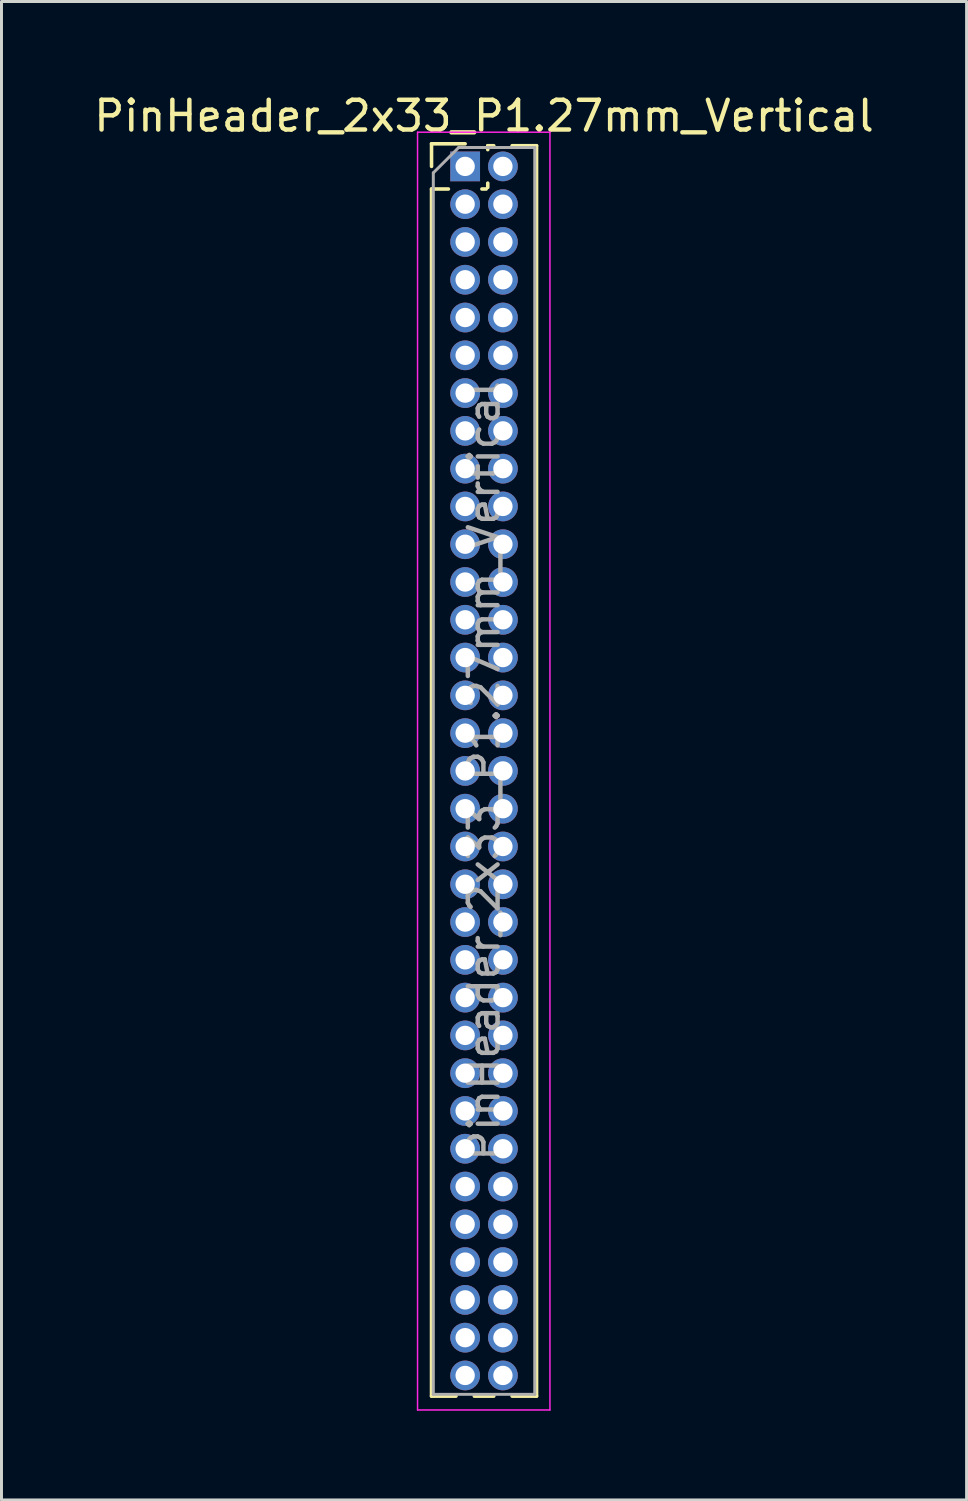
<source format=kicad_pcb>
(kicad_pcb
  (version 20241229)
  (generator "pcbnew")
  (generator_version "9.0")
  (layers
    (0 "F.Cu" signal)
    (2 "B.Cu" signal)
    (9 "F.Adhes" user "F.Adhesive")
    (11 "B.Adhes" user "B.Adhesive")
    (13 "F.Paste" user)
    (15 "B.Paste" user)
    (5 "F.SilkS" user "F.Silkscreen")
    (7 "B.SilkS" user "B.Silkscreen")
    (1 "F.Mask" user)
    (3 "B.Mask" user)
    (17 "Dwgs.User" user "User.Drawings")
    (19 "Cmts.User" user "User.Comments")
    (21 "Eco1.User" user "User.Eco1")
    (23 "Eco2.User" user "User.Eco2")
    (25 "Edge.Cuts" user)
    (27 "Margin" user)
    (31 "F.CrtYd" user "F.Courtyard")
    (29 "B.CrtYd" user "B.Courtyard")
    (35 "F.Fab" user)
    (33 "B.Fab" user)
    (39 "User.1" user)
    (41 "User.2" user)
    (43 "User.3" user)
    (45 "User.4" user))
  (footprint "PinHeader_2x33_P1.27mm_Vertical"
    (layer "F.Cu")
    (at 12.585 2.543)
    (property "Reference" "PinHeader_2x33_P1.27mm_Vertical" (at 0.635 -1.695 0) (layer "F.SilkS") (effects (font (size 1 1) (thickness 0.15))))
    (attr through_hole)
    (fp_line (start -1.13 -0.76) (end 0 -0.76) (stroke (width 0.12) (type solid)) (layer "F.SilkS"))
    (fp_line (start -1.13 0) (end -1.13 -0.76) (stroke (width 0.12) (type solid)) (layer "F.SilkS"))
    (fp_line (start -1.13 0.76) (end -1.13 41.335) (stroke (width 0.12) (type solid)) (layer "F.SilkS"))
    (fp_line (start -1.13 0.76) (end -0.563 0.76) (stroke (width 0.12) (type solid)) (layer "F.SilkS"))
    (fp_line (start -1.13 41.335) (end -0.308 41.335) (stroke (width 0.12) (type solid)) (layer "F.SilkS"))
    (fp_line (start 0.308 41.335) (end 0.962 41.335) (stroke (width 0.12) (type solid)) (layer "F.SilkS"))
    (fp_line (start 0.563 0.76) (end 0.707 0.76) (stroke (width 0.12) (type solid)) (layer "F.SilkS"))
    (fp_line (start 0.76 -0.695) (end 0.962 -0.695) (stroke (width 0.12) (type solid)) (layer "F.SilkS"))
    (fp_line (start 0.76 -0.563) (end 0.76 -0.695) (stroke (width 0.12) (type solid)) (layer "F.SilkS"))
    (fp_line (start 0.76 0.707) (end 0.76 0.563) (stroke (width 0.12) (type solid)) (layer "F.SilkS"))
    (fp_line (start 1.578 -0.695) (end 2.4 -0.695) (stroke (width 0.12) (type solid)) (layer "F.SilkS"))
    (fp_line (start 1.578 41.335) (end 2.4 41.335) (stroke (width 0.12) (type solid)) (layer "F.SilkS"))
    (fp_line (start 2.4 -0.695) (end 2.4 41.335) (stroke (width 0.12) (type solid)) (layer "F.SilkS"))
    (fp_line (start -1.6 -1.15) (end -1.6 41.8) (stroke (width 0.05) (type solid)) (layer "F.CrtYd"))
    (fp_line (start -1.6 41.8) (end 2.85 41.8) (stroke (width 0.05) (type solid)) (layer "F.CrtYd"))
    (fp_line (start 2.85 -1.15) (end -1.6 -1.15) (stroke (width 0.05) (type solid)) (layer "F.CrtYd"))
    (fp_line (start 2.85 41.8) (end 2.85 -1.15) (stroke (width 0.05) (type solid)) (layer "F.CrtYd"))
    (fp_line (start -1.07 0.217) (end -0.217 -0.635) (stroke (width 0.1) (type solid)) (layer "F.Fab"))
    (fp_line (start -1.07 41.275) (end -1.07 0.217) (stroke (width 0.1) (type solid)) (layer "F.Fab"))
    (fp_line (start -0.217 -0.635) (end 2.34 -0.635) (stroke (width 0.1) (type solid)) (layer "F.Fab"))
    (fp_line (start 2.34 -0.635) (end 2.34 41.275) (stroke (width 0.1) (type solid)) (layer "F.Fab"))
    (fp_line (start 2.34 41.275) (end -1.07 41.275) (stroke (width 0.1) (type solid)) (layer "F.Fab"))
    (fp_text user "${REFERENCE}" (at 0.635 20.32 90) (layer "F.Fab") (effects (font (size 1 1) (thickness 0.15))))
    (pad "1" thru_hole rect (at 0 0) (size 1 1) (drill 0.65) (layers "*.Cu" "*.Mask"))
    (pad "2" thru_hole oval (at 1.27 0) (size 1 1) (drill 0.65) (layers "*.Cu" "*.Mask"))
    (pad "3" thru_hole oval (at 0 1.27) (size 1 1) (drill 0.65) (layers "*.Cu" "*.Mask"))
    (pad "4" thru_hole oval (at 1.27 1.27) (size 1 1) (drill 0.65) (layers "*.Cu" "*.Mask"))
    (pad "5" thru_hole oval (at 0 2.54) (size 1 1) (drill 0.65) (layers "*.Cu" "*.Mask"))
    (pad "6" thru_hole oval (at 1.27 2.54) (size 1 1) (drill 0.65) (layers "*.Cu" "*.Mask"))
    (pad "7" thru_hole oval (at 0 3.81) (size 1 1) (drill 0.65) (layers "*.Cu" "*.Mask"))
    (pad "8" thru_hole oval (at 1.27 3.81) (size 1 1) (drill 0.65) (layers "*.Cu" "*.Mask"))
    (pad "9" thru_hole oval (at 0 5.08) (size 1 1) (drill 0.65) (layers "*.Cu" "*.Mask"))
    (pad "10" thru_hole oval (at 1.27 5.08) (size 1 1) (drill 0.65) (layers "*.Cu" "*.Mask"))
    (pad "11" thru_hole oval (at 0 6.35) (size 1 1) (drill 0.65) (layers "*.Cu" "*.Mask"))
    (pad "12" thru_hole oval (at 1.27 6.35) (size 1 1) (drill 0.65) (layers "*.Cu" "*.Mask"))
    (pad "13" thru_hole oval (at 0 7.62) (size 1 1) (drill 0.65) (layers "*.Cu" "*.Mask"))
    (pad "14" thru_hole oval (at 1.27 7.62) (size 1 1) (drill 0.65) (layers "*.Cu" "*.Mask"))
    (pad "15" thru_hole oval (at 0 8.89) (size 1 1) (drill 0.65) (layers "*.Cu" "*.Mask"))
    (pad "16" thru_hole oval (at 1.27 8.89) (size 1 1) (drill 0.65) (layers "*.Cu" "*.Mask"))
    (pad "17" thru_hole oval (at 0 10.16) (size 1 1) (drill 0.65) (layers "*.Cu" "*.Mask"))
    (pad "18" thru_hole oval (at 1.27 10.16) (size 1 1) (drill 0.65) (layers "*.Cu" "*.Mask"))
    (pad "19" thru_hole oval (at 0 11.43) (size 1 1) (drill 0.65) (layers "*.Cu" "*.Mask"))
    (pad "20" thru_hole oval (at 1.27 11.43) (size 1 1) (drill 0.65) (layers "*.Cu" "*.Mask"))
    (pad "21" thru_hole oval (at 0 12.7) (size 1 1) (drill 0.65) (layers "*.Cu" "*.Mask"))
    (pad "22" thru_hole oval (at 1.27 12.7) (size 1 1) (drill 0.65) (layers "*.Cu" "*.Mask"))
    (pad "23" thru_hole oval (at 0 13.97) (size 1 1) (drill 0.65) (layers "*.Cu" "*.Mask"))
    (pad "24" thru_hole oval (at 1.27 13.97) (size 1 1) (drill 0.65) (layers "*.Cu" "*.Mask"))
    (pad "25" thru_hole oval (at 0 15.24) (size 1 1) (drill 0.65) (layers "*.Cu" "*.Mask"))
    (pad "26" thru_hole oval (at 1.27 15.24) (size 1 1) (drill 0.65) (layers "*.Cu" "*.Mask"))
    (pad "27" thru_hole oval (at 0 16.51) (size 1 1) (drill 0.65) (layers "*.Cu" "*.Mask"))
    (pad "28" thru_hole oval (at 1.27 16.51) (size 1 1) (drill 0.65) (layers "*.Cu" "*.Mask"))
    (pad "29" thru_hole oval (at 0 17.78) (size 1 1) (drill 0.65) (layers "*.Cu" "*.Mask"))
    (pad "30" thru_hole oval (at 1.27 17.78) (size 1 1) (drill 0.65) (layers "*.Cu" "*.Mask"))
    (pad "31" thru_hole oval (at 0 19.05) (size 1 1) (drill 0.65) (layers "*.Cu" "*.Mask"))
    (pad "32" thru_hole oval (at 1.27 19.05) (size 1 1) (drill 0.65) (layers "*.Cu" "*.Mask"))
    (pad "33" thru_hole oval (at 0 20.32) (size 1 1) (drill 0.65) (layers "*.Cu" "*.Mask"))
    (pad "34" thru_hole oval (at 1.27 20.32) (size 1 1) (drill 0.65) (layers "*.Cu" "*.Mask"))
    (pad "35" thru_hole oval (at 0 21.59) (size 1 1) (drill 0.65) (layers "*.Cu" "*.Mask"))
    (pad "36" thru_hole oval (at 1.27 21.59) (size 1 1) (drill 0.65) (layers "*.Cu" "*.Mask"))
    (pad "37" thru_hole oval (at 0 22.86) (size 1 1) (drill 0.65) (layers "*.Cu" "*.Mask"))
    (pad "38" thru_hole oval (at 1.27 22.86) (size 1 1) (drill 0.65) (layers "*.Cu" "*.Mask"))
    (pad "39" thru_hole oval (at 0 24.13) (size 1 1) (drill 0.65) (layers "*.Cu" "*.Mask"))
    (pad "40" thru_hole oval (at 1.27 24.13) (size 1 1) (drill 0.65) (layers "*.Cu" "*.Mask"))
    (pad "41" thru_hole oval (at 0 25.4) (size 1 1) (drill 0.65) (layers "*.Cu" "*.Mask"))
    (pad "42" thru_hole oval (at 1.27 25.4) (size 1 1) (drill 0.65) (layers "*.Cu" "*.Mask"))
    (pad "43" thru_hole oval (at 0 26.67) (size 1 1) (drill 0.65) (layers "*.Cu" "*.Mask"))
    (pad "44" thru_hole oval (at 1.27 26.67) (size 1 1) (drill 0.65) (layers "*.Cu" "*.Mask"))
    (pad "45" thru_hole oval (at 0 27.94) (size 1 1) (drill 0.65) (layers "*.Cu" "*.Mask"))
    (pad "46" thru_hole oval (at 1.27 27.94) (size 1 1) (drill 0.65) (layers "*.Cu" "*.Mask"))
    (pad "47" thru_hole oval (at 0 29.21) (size 1 1) (drill 0.65) (layers "*.Cu" "*.Mask"))
    (pad "48" thru_hole oval (at 1.27 29.21) (size 1 1) (drill 0.65) (layers "*.Cu" "*.Mask"))
    (pad "49" thru_hole oval (at 0 30.48) (size 1 1) (drill 0.65) (layers "*.Cu" "*.Mask"))
    (pad "50" thru_hole oval (at 1.27 30.48) (size 1 1) (drill 0.65) (layers "*.Cu" "*.Mask"))
    (pad "51" thru_hole oval (at 0 31.75) (size 1 1) (drill 0.65) (layers "*.Cu" "*.Mask"))
    (pad "52" thru_hole oval (at 1.27 31.75) (size 1 1) (drill 0.65) (layers "*.Cu" "*.Mask"))
    (pad "53" thru_hole oval (at 0 33.02) (size 1 1) (drill 0.65) (layers "*.Cu" "*.Mask"))
    (pad "54" thru_hole oval (at 1.27 33.02) (size 1 1) (drill 0.65) (layers "*.Cu" "*.Mask"))
    (pad "55" thru_hole oval (at 0 34.29) (size 1 1) (drill 0.65) (layers "*.Cu" "*.Mask"))
    (pad "56" thru_hole oval (at 1.27 34.29) (size 1 1) (drill 0.65) (layers "*.Cu" "*.Mask"))
    (pad "57" thru_hole oval (at 0 35.56) (size 1 1) (drill 0.65) (layers "*.Cu" "*.Mask"))
    (pad "58" thru_hole oval (at 1.27 35.56) (size 1 1) (drill 0.65) (layers "*.Cu" "*.Mask"))
    (pad "59" thru_hole oval (at 0 36.83) (size 1 1) (drill 0.65) (layers "*.Cu" "*.Mask"))
    (pad "60" thru_hole oval (at 1.27 36.83) (size 1 1) (drill 0.65) (layers "*.Cu" "*.Mask"))
    (pad "61" thru_hole oval (at 0 38.1) (size 1 1) (drill 0.65) (layers "*.Cu" "*.Mask"))
    (pad "62" thru_hole oval (at 1.27 38.1) (size 1 1) (drill 0.65) (layers "*.Cu" "*.Mask"))
    (pad "63" thru_hole oval (at 0 39.37) (size 1 1) (drill 0.65) (layers "*.Cu" "*.Mask"))
    (pad "64" thru_hole oval (at 1.27 39.37) (size 1 1) (drill 0.65) (layers "*.Cu" "*.Mask"))
    (pad "65" thru_hole oval (at 0 40.64) (size 1 1) (drill 0.65) (layers "*.Cu" "*.Mask"))
    (pad "66" thru_hole oval (at 1.27 40.64) (size 1 1) (drill 0.65) (layers "*.Cu" "*.Mask")))
  (gr_rect
    (start -3 -3)
    (end 29.44 47.368)
    (stroke (width 0.1) (type default))
    (fill no)
    (layer "Edge.Cuts")))
</source>
